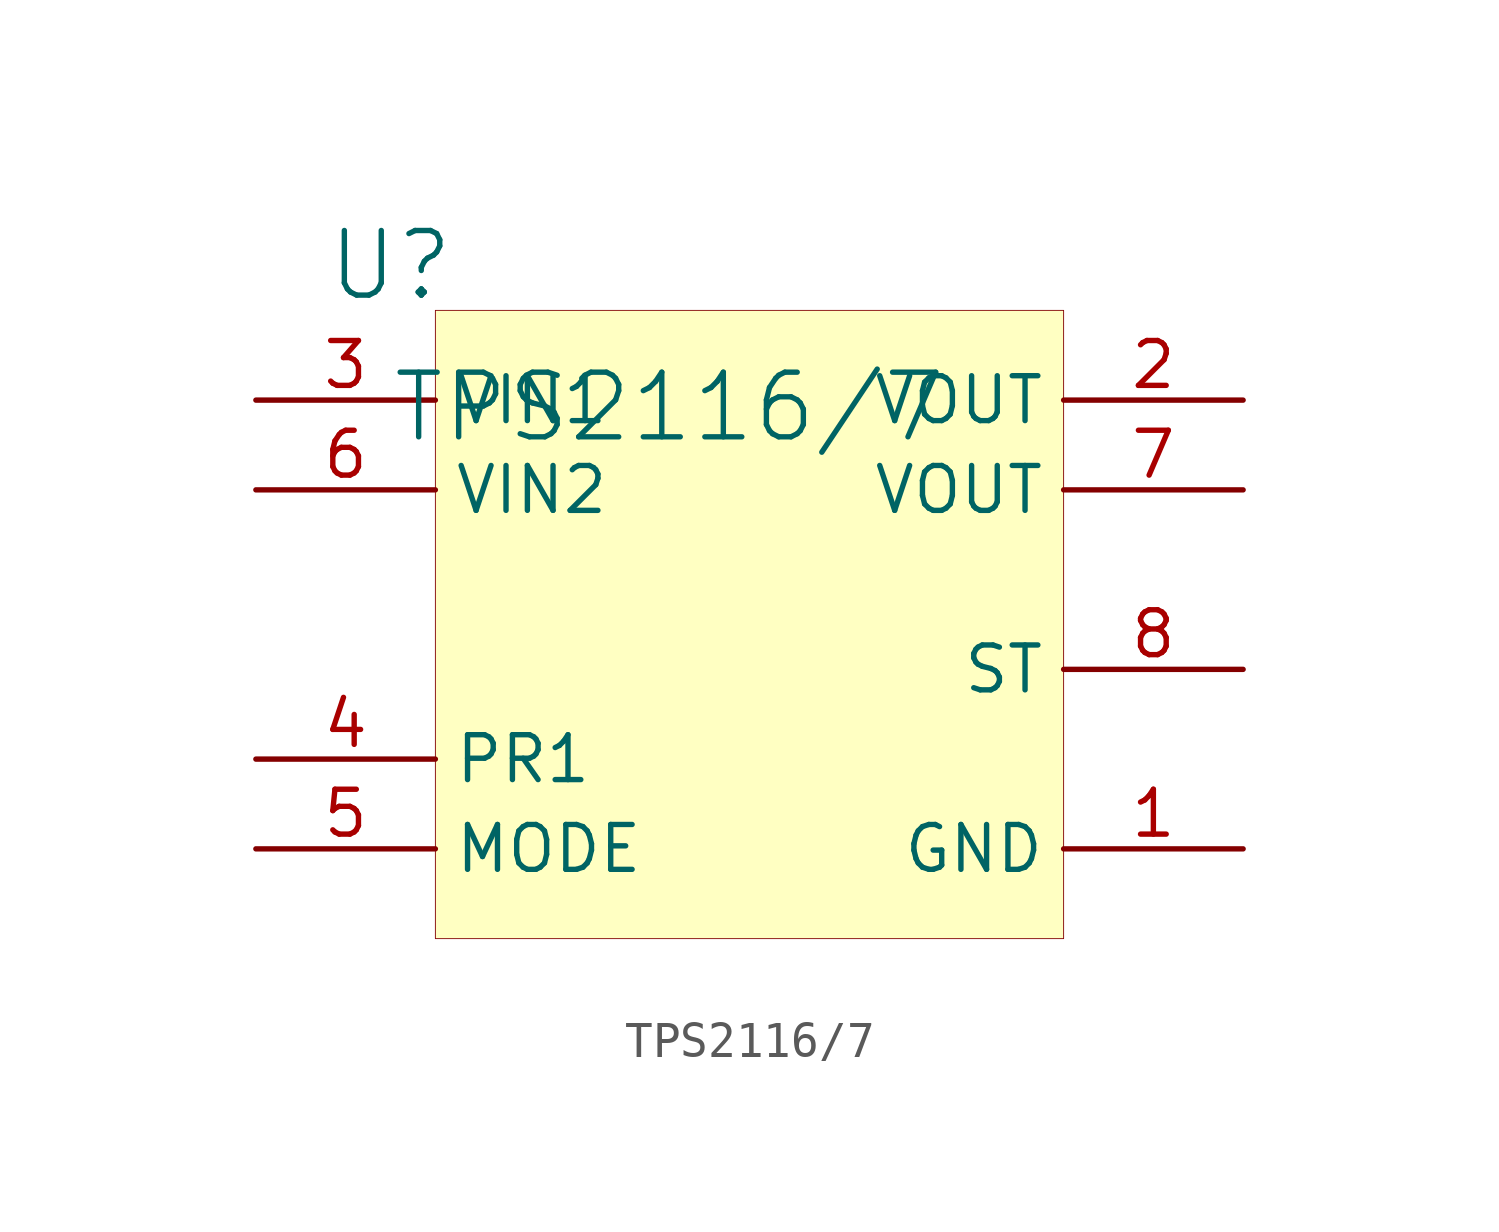
<source format=kicad_sym>
(kicad_symbol_lib
  (version 20231120)
  (generator "kicad_symbol_editor")
  (generator_version "8.0")
  (symbol "TPS2116/7"
    (property "Reference" "U"
      (at -1.27 1.27 0)
      (effects (font (size 1.829 1.829))))
    (property "Value" "TPS2116/7"
      (at -1.27 -3.81 0)
      (effects (font (size 1.829 1.829)) (justify left bottom)))
    (symbol "TPS2116/7_1_0"
      (rectangle (start 17.78 0) (end 0 -17.78) (stroke (width 0.025) (type solid) (color 128 0 0 1)) (fill (type background)))
      (pin passive line (at 22.86 -15.24 180) (length 5.08) (name "GND" (effects (font (size 1.27 1.27)))) (number "1" (effects (font (size 1.27 1.27)))))
      (pin passive line (at 22.86 -2.54 180) (length 5.08) (name "VOUT" (effects (font (size 1.27 1.27)))) (number "2" (effects (font (size 1.27 1.27)))))
      (pin passive line (at -5.08 -2.54 0) (length 5.08) (name "VIN1" (effects (font (size 1.27 1.27)))) (number "3" (effects (font (size 1.27 1.27)))))
      (pin passive line (at -5.08 -12.7 0) (length 5.08) (name "PR1" (effects (font (size 1.27 1.27)))) (number "4" (effects (font (size 1.27 1.27)))))
      (pin passive line (at -5.08 -15.24 0) (length 5.08) (name "MODE" (effects (font (size 1.27 1.27)))) (number "5" (effects (font (size 1.27 1.27)))))
      (pin passive line (at -5.08 -5.08 0) (length 5.08) (name "VIN2" (effects (font (size 1.27 1.27)))) (number "6" (effects (font (size 1.27 1.27)))))
      (pin passive line (at 22.86 -5.08 180) (length 5.08) (name "VOUT" (effects (font (size 1.27 1.27)))) (number "7" (effects (font (size 1.27 1.27)))))
      (pin passive line (at 22.86 -10.16 180) (length 5.08) (name "ST" (effects (font (size 1.27 1.27)))) (number "8" (effects (font (size 1.27 1.27))))))))
</source>
